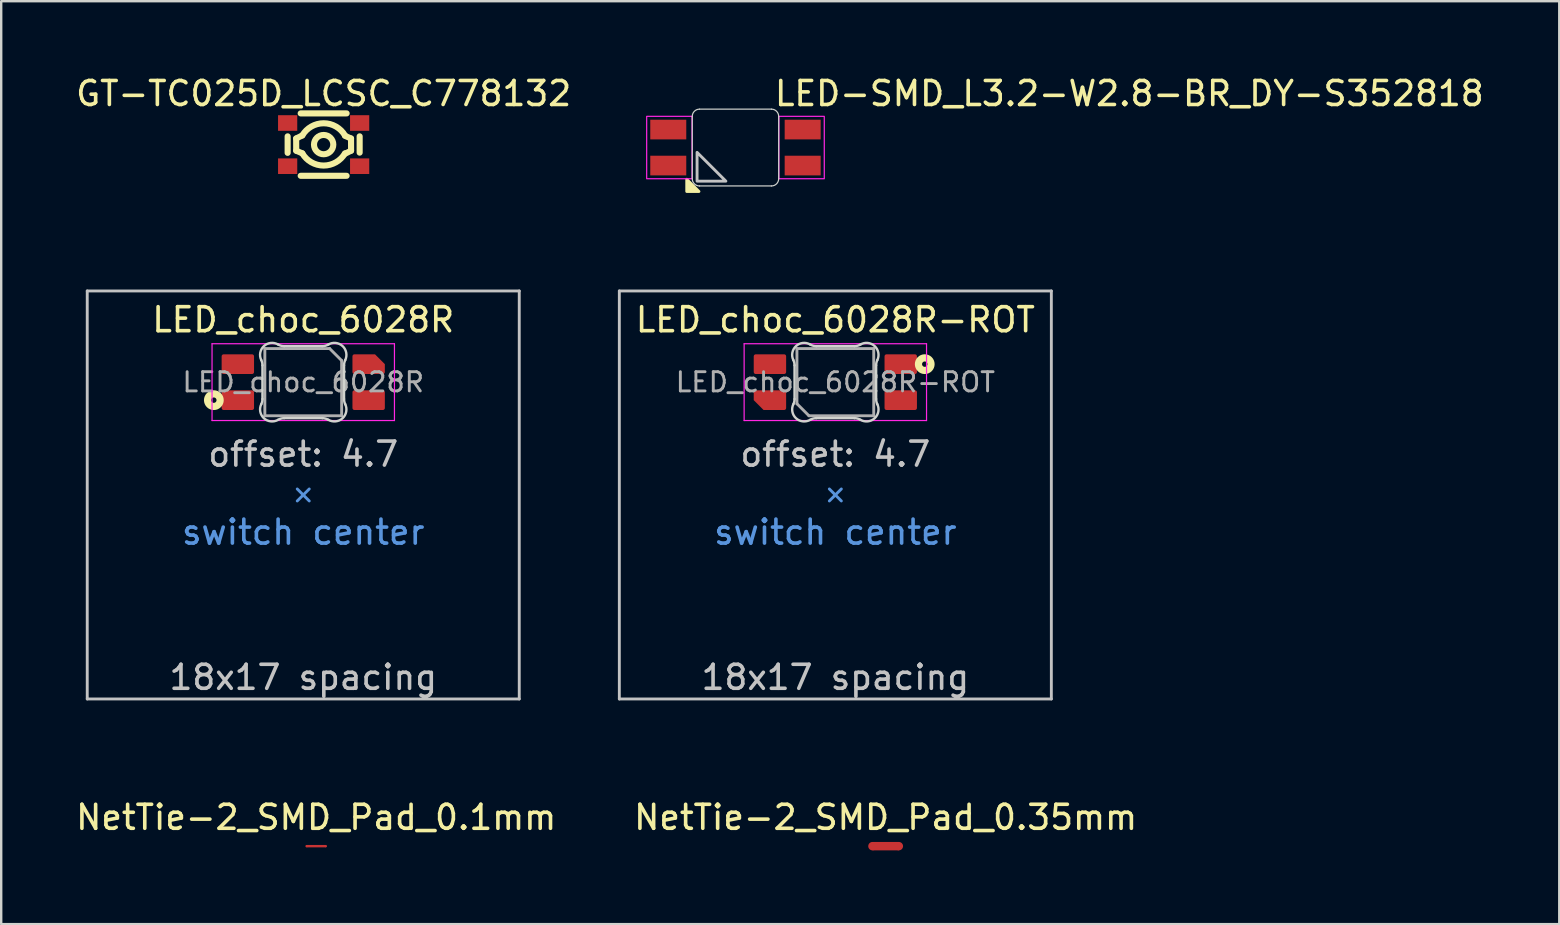
<source format=kicad_pcb>
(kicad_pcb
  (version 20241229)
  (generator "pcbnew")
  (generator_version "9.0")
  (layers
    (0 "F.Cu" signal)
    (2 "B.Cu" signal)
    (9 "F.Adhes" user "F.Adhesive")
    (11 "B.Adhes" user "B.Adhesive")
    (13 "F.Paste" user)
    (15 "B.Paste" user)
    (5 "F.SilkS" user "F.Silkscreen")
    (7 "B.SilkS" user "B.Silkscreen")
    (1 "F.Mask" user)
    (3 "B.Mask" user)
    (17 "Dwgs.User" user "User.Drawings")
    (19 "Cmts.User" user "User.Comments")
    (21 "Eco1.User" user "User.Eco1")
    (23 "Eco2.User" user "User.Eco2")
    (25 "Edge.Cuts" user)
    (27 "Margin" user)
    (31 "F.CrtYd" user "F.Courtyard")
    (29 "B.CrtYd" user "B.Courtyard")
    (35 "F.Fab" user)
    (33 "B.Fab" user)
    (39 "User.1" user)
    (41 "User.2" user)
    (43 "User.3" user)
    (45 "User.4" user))
  (footprint "LED_choc_6028R"
    (layer "F.Cu")
    (at 9.585 12.873)
    (property "Reference" "LED_choc_6028R" (at 0 -2.6 180) (layer "F.SilkS") (effects (font (size 1 1) (thickness 0.15))))
    (attr smd)
    (fp_circle (center -3.725 0.75) (end -3.613 0.75) (stroke (width 0.3) (type default)) (fill no) (layer "F.SilkS"))
    (fp_line (start -9 -3.8) (end -9 13.2) (stroke (width 0.12) (type solid)) (layer "Dwgs.User"))
    (fp_line (start -9 13.2) (end 9 13.2) (stroke (width 0.12) (type solid)) (layer "Dwgs.User"))
    (fp_line (start 9 -3.8) (end -9 -3.8) (stroke (width 0.12) (type solid)) (layer "Dwgs.User"))
    (fp_line (start 9 13.2) (end 9 -3.8) (stroke (width 0.12) (type solid)) (layer "Dwgs.User"))
    (fp_line (start -0.25 4.45) (end 0 4.7) (stroke (width 0.12) (type solid)) (layer "Cmts.User"))
    (fp_line (start 0 4.7) (end -0.25 4.95) (stroke (width 0.12) (type solid)) (layer "Cmts.User"))
    (fp_line (start 0 4.7) (end 0.25 4.95) (stroke (width 0.12) (type solid)) (layer "Cmts.User"))
    (fp_line (start 0.25 4.45) (end 0 4.7) (stroke (width 0.12) (type solid)) (layer "Cmts.User"))
    (fp_line (start -9.525 -4.825) (end 9.525 -4.825) (stroke (width 0.12) (type solid)) (layer "Eco1.User"))
    (fp_line (start -9.525 14.225) (end -9.525 -4.825) (stroke (width 0.12) (type solid)) (layer "Eco1.User"))
    (fp_line (start 9.525 -4.825) (end 9.525 14.225) (stroke (width 0.12) (type solid)) (layer "Eco1.User"))
    (fp_line (start 9.525 14.225) (end -9.525 14.225) (stroke (width 0.12) (type solid)) (layer "Eco1.User"))
    (fp_line (start -1.7 -0.703) (end -1.7 0.703) (stroke (width 0.1) (type solid)) (layer "Edge.Cuts"))
    (fp_line (start -0.794 1.5) (end 0.794 1.5) (stroke (width 0.1) (type solid)) (layer "Edge.Cuts"))
    (fp_line (start 0.794 -1.5) (end -0.794 -1.5) (stroke (width 0.1) (type solid)) (layer "Edge.Cuts"))
    (fp_line (start 1.7 0.703) (end 1.7 -0.703) (stroke (width 0.1) (type solid)) (layer "Edge.Cuts"))
    (fp_arc (start -1.749484 -0.919719) (mid -1.712527 -0.814067) (end -1.699999 -0.702842) (stroke (width 0.1) (type solid)) (layer "Edge.Cuts"))
    (fp_arc (start -1.749484 -0.919719) (mid -1.63807 -1.504033) (end -1.046711 -1.568296) (stroke (width 0.1) (type solid)) (layer "Edge.Cuts"))
    (fp_arc (start -1.699999 0.702843) (mid -1.712527 0.814069) (end -1.749484 0.919721) (stroke (width 0.1) (type solid)) (layer "Edge.Cuts"))
    (fp_arc (start -1.046711 1.5683) (mid -1.638071 1.504036) (end -1.749484 0.919721) (stroke (width 0.1) (type solid)) (layer "Edge.Cuts"))
    (fp_arc (start -1.046711 1.5683) (mid -0.925123 1.517378) (end -0.794453 1.500001) (stroke (width 0.1) (type solid)) (layer "Edge.Cuts"))
    (fp_arc (start -0.794452 -1.499999) (mid -0.925122 -1.517376) (end -1.04671 -1.568298) (stroke (width 0.1) (type solid)) (layer "Edge.Cuts"))
    (fp_arc (start 0.794453 1.5) (mid 0.925123 1.517377) (end 1.046711 1.568299) (stroke (width 0.1) (type solid)) (layer "Edge.Cuts"))
    (fp_arc (start 1.046711 -1.568298) (mid 0.925123 -1.517376) (end 0.794452 -1.499999) (stroke (width 0.1) (type solid)) (layer "Edge.Cuts"))
    (fp_arc (start 1.046711 -1.568298) (mid 1.638072 -1.504034) (end 1.749484 -0.919718) (stroke (width 0.1) (type solid)) (layer "Edge.Cuts"))
    (fp_arc (start 1.699999 -0.702841) (mid 1.712527 -0.814067) (end 1.749484 -0.919719) (stroke (width 0.1) (type solid)) (layer "Edge.Cuts"))
    (fp_arc (start 1.749484 0.919721) (mid 1.638071 1.504035) (end 1.046711 1.568299) (stroke (width 0.1) (type solid)) (layer "Edge.Cuts"))
    (fp_arc (start 1.749484 0.919721) (mid 1.712527 0.814069) (end 1.699999 0.702844) (stroke (width 0.1) (type solid)) (layer "Edge.Cuts"))
    (fp_line (start -3.8 -1.6) (end 3.8 -1.6) (stroke (width 0.05) (type solid)) (layer "F.CrtYd"))
    (fp_line (start -3.8 1.6) (end -3.8 -1.6) (stroke (width 0.05) (type solid)) (layer "F.CrtYd"))
    (fp_line (start 3.8 -1.6) (end 3.8 1.6) (stroke (width 0.05) (type solid)) (layer "F.CrtYd"))
    (fp_line (start 3.8 1.6) (end -3.8 1.6) (stroke (width 0.05) (type solid)) (layer "F.CrtYd"))
    (fp_line (start -1.6 -1.4) (end 1.1 -1.4) (stroke (width 0.12) (type solid)) (layer "F.Fab"))
    (fp_line (start -1.6 1.4) (end -1.6 -1.4) (stroke (width 0.12) (type solid)) (layer "F.Fab"))
    (fp_line (start 1.6 -0.9) (end 1.1 -1.4) (stroke (width 0.12) (type solid)) (layer "F.Fab"))
    (fp_line (start 1.6 -0.9) (end 1.6 1.4) (stroke (width 0.12) (type solid)) (layer "F.Fab"))
    (fp_line (start 1.6 1.4) (end -1.6 1.4) (stroke (width 0.12) (type solid)) (layer "F.Fab"))
    (fp_text user "18x17 spacing" (at 0 12.3 180) (layer "Dwgs.User") (effects (font (size 1 1) (thickness 0.15))))
    (fp_text user "offset: 4.7" (at 0 3 180) (layer "Dwgs.User") (effects (font (size 1 1) (thickness 0.15))))
    (fp_text user "switch center" (at 0 6.25 180) (layer "Cmts.User") (effects (font (size 1 1) (thickness 0.15))))
    (fp_text user "19.05 spacing" (at 0 13.4 180) (layer "Eco1.User") (effects (font (size 1 1) (thickness 0.15))))
    (fp_text user "${REFERENCE}" (at 0 0 0) (layer "F.Fab") (effects (font (size 0.8 0.8) (thickness 0.12))))
    (pad "1" smd roundrect (at -2.725 0.75 270) (size 0.82 1.35) (layers "F.Cu" "F.Mask" "F.Paste") (roundrect_rratio 0.1))
    (pad "2" smd roundrect (at -2.725 -0.75 270) (size 0.82 1.35) (layers "F.Cu" "F.Mask" "F.Paste") (roundrect_rratio 0.1))
    (pad "3" smd roundrect (at 2.725 -0.75 270) (size 0.82 1.35) (layers "F.Cu" "F.Mask" "F.Paste") (roundrect_rratio 0.1) (chamfer_ratio 0.5) (chamfer top_left))
    (pad "4" smd roundrect (at 2.725 0.75 270) (size 0.82 1.35) (layers "F.Cu" "F.Mask" "F.Paste") (roundrect_rratio 0.1)))
  (footprint "NetTie-2_SMD_Pad_0.35mm"
    (layer "F.Cu")
    (at 33.851 32.206)
    (property "Reference" "NetTie-2_SMD_Pad_0.35mm" (at 0 -1.2 0) (layer "F.SilkS") (effects (font (size 1 1) (thickness 0.15))))
    (attr exclude_from_pos_files exclude_from_bom allow_missing_courtyard)
    (fp_poly (pts (xy -0.55 -0.175) (xy 0.552 -0.175) (xy 0.552 0.175) (xy -0.55 0.175)) (stroke (width 0) (type solid)) (fill yes) (layer "F.Cu"))
    (pad "1" smd circle (at -0.55 0) (size 0.35 0.35) (layers "F.Cu"))
    (pad "2" smd circle (at 0.55 0) (size 0.35 0.35) (layers "F.Cu")))
  (footprint "LED_choc_6028R-ROT"
    (layer "F.Cu")
    (at 31.755 12.873)
    (property "Reference" "LED_choc_6028R-ROT" (at 0 -2.6 180) (layer "F.SilkS") (effects (font (size 1 1) (thickness 0.15))))
    (attr smd)
    (fp_circle (center 3.725 -0.75) (end 3.837 -0.75) (stroke (width 0.3) (type default)) (fill no) (layer "F.SilkS"))
    (fp_line (start -9 -3.8) (end -9 13.2) (stroke (width 0.12) (type solid)) (layer "Dwgs.User"))
    (fp_line (start -9 13.2) (end 9 13.2) (stroke (width 0.12) (type solid)) (layer "Dwgs.User"))
    (fp_line (start 9 -3.8) (end -9 -3.8) (stroke (width 0.12) (type solid)) (layer "Dwgs.User"))
    (fp_line (start 9 13.2) (end 9 -3.8) (stroke (width 0.12) (type solid)) (layer "Dwgs.User"))
    (fp_line (start -0.25 4.45) (end 0 4.7) (stroke (width 0.12) (type solid)) (layer "Cmts.User"))
    (fp_line (start 0 4.7) (end -0.25 4.95) (stroke (width 0.12) (type solid)) (layer "Cmts.User"))
    (fp_line (start 0 4.7) (end 0.25 4.95) (stroke (width 0.12) (type solid)) (layer "Cmts.User"))
    (fp_line (start 0.25 4.45) (end 0 4.7) (stroke (width 0.12) (type solid)) (layer "Cmts.User"))
    (fp_line (start -9.525 -4.825) (end 9.525 -4.825) (stroke (width 0.12) (type solid)) (layer "Eco1.User"))
    (fp_line (start -9.525 14.225) (end -9.525 -4.825) (stroke (width 0.12) (type solid)) (layer "Eco1.User"))
    (fp_line (start 9.525 -4.825) (end 9.525 14.225) (stroke (width 0.12) (type solid)) (layer "Eco1.User"))
    (fp_line (start 9.525 14.225) (end -9.525 14.225) (stroke (width 0.12) (type solid)) (layer "Eco1.User"))
    (fp_line (start -1.7 -0.703) (end -1.7 0.703) (stroke (width 0.1) (type solid)) (layer "Edge.Cuts"))
    (fp_line (start -0.794 1.5) (end 0.794 1.5) (stroke (width 0.1) (type solid)) (layer "Edge.Cuts"))
    (fp_line (start 0.794 -1.5) (end -0.794 -1.5) (stroke (width 0.1) (type solid)) (layer "Edge.Cuts"))
    (fp_line (start 1.7 0.703) (end 1.7 -0.703) (stroke (width 0.1) (type solid)) (layer "Edge.Cuts"))
    (fp_arc (start -1.749484 -0.919721) (mid -1.712527 -0.814069) (end -1.699999 -0.702844) (stroke (width 0.1) (type solid)) (layer "Edge.Cuts"))
    (fp_arc (start -1.749484 -0.919721) (mid -1.63807 -1.504035) (end -1.046711 -1.568299) (stroke (width 0.1) (type solid)) (layer "Edge.Cuts"))
    (fp_arc (start -1.699999 0.702841) (mid -1.712527 0.814067) (end -1.749484 0.919719) (stroke (width 0.1) (type solid)) (layer "Edge.Cuts"))
    (fp_arc (start -1.046711 1.568298) (mid -1.638072 1.504034) (end -1.749484 0.919718) (stroke (width 0.1) (type solid)) (layer "Edge.Cuts"))
    (fp_arc (start -1.046711 1.568298) (mid -0.925123 1.517376) (end -0.794452 1.499999) (stroke (width 0.1) (type solid)) (layer "Edge.Cuts"))
    (fp_arc (start -0.794453 -1.5) (mid -0.925123 -1.517377) (end -1.046711 -1.568299) (stroke (width 0.1) (type solid)) (layer "Edge.Cuts"))
    (fp_arc (start 0.794452 1.499999) (mid 0.925122 1.517376) (end 1.04671 1.568298) (stroke (width 0.1) (type solid)) (layer "Edge.Cuts"))
    (fp_arc (start 1.046711 -1.5683) (mid 0.925123 -1.517378) (end 0.794453 -1.500001) (stroke (width 0.1) (type solid)) (layer "Edge.Cuts"))
    (fp_arc (start 1.046711 -1.5683) (mid 1.638071 -1.504036) (end 1.749484 -0.919721) (stroke (width 0.1) (type solid)) (layer "Edge.Cuts"))
    (fp_arc (start 1.699999 -0.702843) (mid 1.712527 -0.814069) (end 1.749484 -0.919721) (stroke (width 0.1) (type solid)) (layer "Edge.Cuts"))
    (fp_arc (start 1.749484 0.919719) (mid 1.63807 1.504033) (end 1.046711 1.568296) (stroke (width 0.1) (type solid)) (layer "Edge.Cuts"))
    (fp_arc (start 1.749484 0.919719) (mid 1.712527 0.814067) (end 1.699999 0.702842) (stroke (width 0.1) (type solid)) (layer "Edge.Cuts"))
    (fp_line (start -3.8 -1.6) (end 3.8 -1.6) (stroke (width 0.05) (type solid)) (layer "F.CrtYd"))
    (fp_line (start -3.8 1.6) (end -3.8 -1.6) (stroke (width 0.05) (type solid)) (layer "F.CrtYd"))
    (fp_line (start 3.8 -1.6) (end 3.8 1.6) (stroke (width 0.05) (type solid)) (layer "F.CrtYd"))
    (fp_line (start 3.8 1.6) (end -3.8 1.6) (stroke (width 0.05) (type solid)) (layer "F.CrtYd"))
    (fp_line (start -1.6 -1.4) (end 1.6 -1.4) (stroke (width 0.12) (type solid)) (layer "F.Fab"))
    (fp_line (start -1.6 0.9) (end -1.6 -1.4) (stroke (width 0.12) (type solid)) (layer "F.Fab"))
    (fp_line (start -1.6 0.9) (end -1.1 1.4) (stroke (width 0.12) (type solid)) (layer "F.Fab"))
    (fp_line (start 1.6 -1.4) (end 1.6 1.4) (stroke (width 0.12) (type solid)) (layer "F.Fab"))
    (fp_line (start 1.6 1.4) (end -1.1 1.4) (stroke (width 0.12) (type solid)) (layer "F.Fab"))
    (fp_text user "18x17 spacing" (at 0 12.3 180) (layer "Dwgs.User") (effects (font (size 1 1) (thickness 0.15))))
    (fp_text user "offset: 4.7" (at 0 3 180) (layer "Dwgs.User") (effects (font (size 1 1) (thickness 0.15))))
    (fp_text user "switch center" (at 0 6.25 180) (layer "Cmts.User") (effects (font (size 1 1) (thickness 0.15))))
    (fp_text user "19.05 spacing" (at 0 13.4 180) (layer "Eco1.User") (effects (font (size 1 1) (thickness 0.15))))
    (fp_text user "${REFERENCE}" (at 0 0 0) (layer "F.Fab") (effects (font (size 0.8 0.8) (thickness 0.12))))
    (pad "1" smd roundrect (at 2.725 -0.75 90) (size 0.82 1.35) (layers "F.Cu" "F.Mask" "F.Paste") (roundrect_rratio 0.1))
    (pad "2" smd roundrect (at 2.725 0.75 90) (size 0.82 1.35) (layers "F.Cu" "F.Mask" "F.Paste") (roundrect_rratio 0.1))
    (pad "3" smd roundrect (at -2.725 0.75 90) (size 0.82 1.35) (layers "F.Cu" "F.Mask" "F.Paste") (roundrect_rratio 0.1) (chamfer_ratio 0.5) (chamfer top_left))
    (pad "4" smd roundrect (at -2.725 -0.75 90) (size 0.82 1.35) (layers "F.Cu" "F.Mask" "F.Paste") (roundrect_rratio 0.1)))
  (footprint "LED-SMD_L3.2-W2.8-BR_DY-S352818"
    (layer "F.Cu")
    (at 27.594 3.098)
    (property "Reference" "LED-SMD_L3.2-W2.8-BR_DY-S352818" (at 1.55 -2.25 0) (layer "F.SilkS") (effects (font (size 1 1) (thickness 0.15)) (justify left)))
    (attr smd)
    (fp_poly (pts (xy -2.03 1.83) (xy -2.03 1.322) (xy -1.522 1.83)) (stroke (width 0.12) (type solid)) (fill yes) (layer "F.SilkS"))
    (fp_poly (pts (xy -1.6 1.4) (xy -0.4 1.4) (xy -1.6 0.2)) (stroke (width 0.12) (type solid)) (fill no) (layer "Dwgs.User"))
    (fp_circle (center 2.94 1.4) (end 2.97 1.4) (stroke (width 0.06) (type solid)) (fill no) (layer "Eco2.User"))
    (fp_poly (pts (xy -1.54 -1.09) (xy -1.54 -0.41) (xy -2.94 -0.41) (xy -2.94 -1.09)) (stroke (width 0.12) (type solid)) (fill no) (layer "Eco2.User"))
    (fp_poly (pts (xy -1.54 0.41) (xy -1.54 1.09) (xy -2.94 1.09) (xy -2.94 0.41)) (stroke (width 0.12) (type solid)) (fill no) (layer "Eco2.User"))
    (fp_poly (pts (xy 2.94 -1.09) (xy 2.94 -0.41) (xy 1.54 -0.41) (xy 1.54 -1.09)) (stroke (width 0.12) (type solid)) (fill no) (layer "Eco2.User"))
    (fp_poly (pts (xy 2.94 0.41) (xy 2.94 1.09) (xy 1.54 1.09) (xy 1.54 0.41)) (stroke (width 0.12) (type solid)) (fill no) (layer "Eco2.User"))
    (fp_line (start -1.8 -1.3) (end -1.8 1.3) (stroke (width 0.05) (type default)) (layer "Edge.Cuts"))
    (fp_line (start -1.5 1.6) (end 1.5 1.6) (stroke (width 0.05) (type default)) (layer "Edge.Cuts"))
    (fp_line (start 1.5 -1.6) (end -1.5 -1.6) (stroke (width 0.05) (type default)) (layer "Edge.Cuts"))
    (fp_line (start 1.8 1.3) (end 1.8 -1.3) (stroke (width 0.05) (type default)) (layer "Edge.Cuts"))
    (fp_arc (start -1.8 -1.3) (mid -1.712132 -1.512132) (end -1.5 -1.6) (stroke (width 0.05) (type default)) (layer "Edge.Cuts"))
    (fp_arc (start -1.5 1.6) (mid -1.712132 1.512132) (end -1.8 1.3) (stroke (width 0.05) (type default)) (layer "Edge.Cuts"))
    (fp_arc (start 1.5 -1.6) (mid 1.712132 -1.512132) (end 1.8 -1.3) (stroke (width 0.05) (type default)) (layer "Edge.Cuts"))
    (fp_arc (start 1.8 1.3) (mid 1.712132 1.512132) (end 1.5 1.6) (stroke (width 0.05) (type default)) (layer "Edge.Cuts"))
    (fp_rect (start -3.7 -1.3) (end -1.81 1.3) (stroke (width 0.05) (type default)) (fill no) (layer "F.CrtYd"))
    (fp_rect (start 3.7 -1.3) (end 1.81 1.3) (stroke (width 0.05) (type default)) (fill no) (layer "F.CrtYd"))
    (pad "1" smd rect (at 2.8 0.75 90) (size 0.82 1.5) (layers "F.Cu" "F.Mask" "F.Paste"))
    (pad "2" smd rect (at 2.8 -0.75 90) (size 0.82 1.5) (layers "F.Cu" "F.Mask" "F.Paste"))
    (pad "3" smd rect (at -2.8 -0.75 90) (size 0.82 1.5) (layers "F.Cu" "F.Mask" "F.Paste"))
    (pad "4" smd rect (at -2.8 0.75 90) (size 0.82 1.5) (layers "F.Cu" "F.Mask" "F.Paste")))
  (footprint "GT-TC025D_LCSC_C778132"
    (layer "F.Cu")
    (at 10.435 2.975)
    (property "Reference" "GT-TC025D_LCSC_C778132" (at 0 -2.127 0) (layer "F.SilkS") (effects (font (size 1 1) (thickness 0.15))))
    (fp_line (start -1.5 -0.344) (end -1.5 0.344) (stroke (width 0.254) (type default)) (layer "F.SilkS"))
    (fp_line (start -1.145 -0.255) (end -1.143 0.254) (stroke (width 0.254) (type default)) (layer "F.SilkS"))
    (fp_line (start -1.143 0.254) (end -0.89 0.364) (stroke (width 0.254) (type default)) (layer "F.SilkS"))
    (fp_line (start -0.89 -0.382) (end -1.145 -0.255) (stroke (width 0.254) (type default)) (layer "F.SilkS"))
    (fp_line (start 0.889 0.381) (end 1.143 0.254) (stroke (width 0.254) (type default)) (layer "F.SilkS"))
    (fp_line (start 0.956 1.3) (end -0.956 1.3) (stroke (width 0.254) (type default)) (layer "F.SilkS"))
    (fp_line (start 0.957 -1.3) (end -0.957 -1.3) (stroke (width 0.254) (type default)) (layer "F.SilkS"))
    (fp_line (start 1.141 -0.255) (end 0.889 -0.366) (stroke (width 0.254) (type default)) (layer "F.SilkS"))
    (fp_line (start 1.143 0.254) (end 1.141 -0.255) (stroke (width 0.254) (type default)) (layer "F.SilkS"))
    (fp_line (start 1.5 0.334) (end 1.5 -0.344) (stroke (width 0.254) (type default)) (layer "F.SilkS"))
    (fp_arc (start -0.889 -0.381) (mid 0 -0.888938) (end 0.889 -0.381) (stroke (width 0.254) (type default)) (layer "F.SilkS"))
    (fp_arc (start 0.889 0.365) (mid 0 0.872938) (end -0.889 0.365) (stroke (width 0.254) (type default)) (layer "F.SilkS"))
    (fp_circle (center 0 0) (end 0.402 0) (stroke (width 0.254) (type default)) (fill no) (layer "F.SilkS"))
    (fp_poly (pts (xy -1.7 -0.65) (xy -1.7 -1.15) (xy -1.4 -1.15) (xy -1.4 -0.65)) (stroke (width 0.1) (type default)) (fill no) (layer "User.1"))
    (fp_poly (pts (xy -1.7 1.15) (xy -1.7 0.65) (xy -1.4 0.65) (xy -1.4 1.15)) (stroke (width 0.1) (type default)) (fill no) (layer "User.1"))
    (fp_poly (pts (xy 1.4 -0.65) (xy 1.4 -1.15) (xy 1.7 -1.15) (xy 1.7 -0.65)) (stroke (width 0.1) (type default)) (fill no) (layer "User.1"))
    (fp_poly (pts (xy 1.4 1.15) (xy 1.4 0.65) (xy 1.7 0.65) (xy 1.7 1.15)) (stroke (width 0.1) (type default)) (fill no) (layer "User.1"))
    (fp_line (start -1.5 -1.3) (end 1.5 -1.3) (stroke (width 0.051) (type default)) (layer "User.2"))
    (fp_line (start -1.5 1.3) (end -1.5 -1.3) (stroke (width 0.051) (type default)) (layer "User.2"))
    (fp_line (start 1.5 -1.3) (end 1.5 1.3) (stroke (width 0.051) (type default)) (layer "User.2"))
    (fp_line (start 1.5 1.3) (end -1.5 1.3) (stroke (width 0.051) (type default)) (layer "User.2"))
    (fp_poly (pts (xy -1.64 -1.3) (xy -1.658 -1.342) (xy -1.7 -1.36) (xy -1.742 -1.342) (xy -1.76 -1.3) (xy -1.742 -1.258) (xy -1.7 -1.24) (xy -1.658 -1.258)) (stroke (width 0.1) (type default)) (fill no) (layer "User.3"))
    (pad "1" smd rect (at -1.5 -0.9) (size 0.8 0.65) (layers "F.Cu" "F.Mask" "F.Paste"))
    (pad "1" smd rect (at 1.5 -0.9) (size 0.8 0.65) (layers "F.Cu" "F.Mask" "F.Paste"))
    (pad "2" smd rect (at -1.5 0.9) (size 0.8 0.65) (layers "F.Cu" "F.Mask" "F.Paste"))
    (pad "2" smd rect (at 1.5 0.9) (size 0.8 0.65) (layers "F.Cu" "F.Mask" "F.Paste")))
  (footprint "NetTie-2_SMD_Pad_0.1mm"
    (layer "F.Cu")
    (at 10.125 32.206)
    (property "Reference" "NetTie-2_SMD_Pad_0.1mm" (at 0 -1.2 0) (layer "F.SilkS") (effects (font (size 1 1) (thickness 0.15))))
    (attr exclude_from_pos_files exclude_from_bom allow_missing_courtyard)
    (fp_poly (pts (xy -0.4 -0.05) (xy 0.4 -0.05) (xy 0.4 0.05) (xy -0.4 0.05)) (stroke (width 0) (type solid)) (fill yes) (layer "F.Cu"))
    (pad "1" smd circle (at -0.4 0) (size 0.1 0.1) (layers "F.Cu"))
    (pad "2" smd circle (at 0.4 0) (size 0.1 0.1) (layers "F.Cu")))
  (gr_rect
    (start -3 -3)
    (end 61.918 35.456)
    (stroke (width 0.1) (type default))
    (fill no)
    (layer "Edge.Cuts")))
</source>
